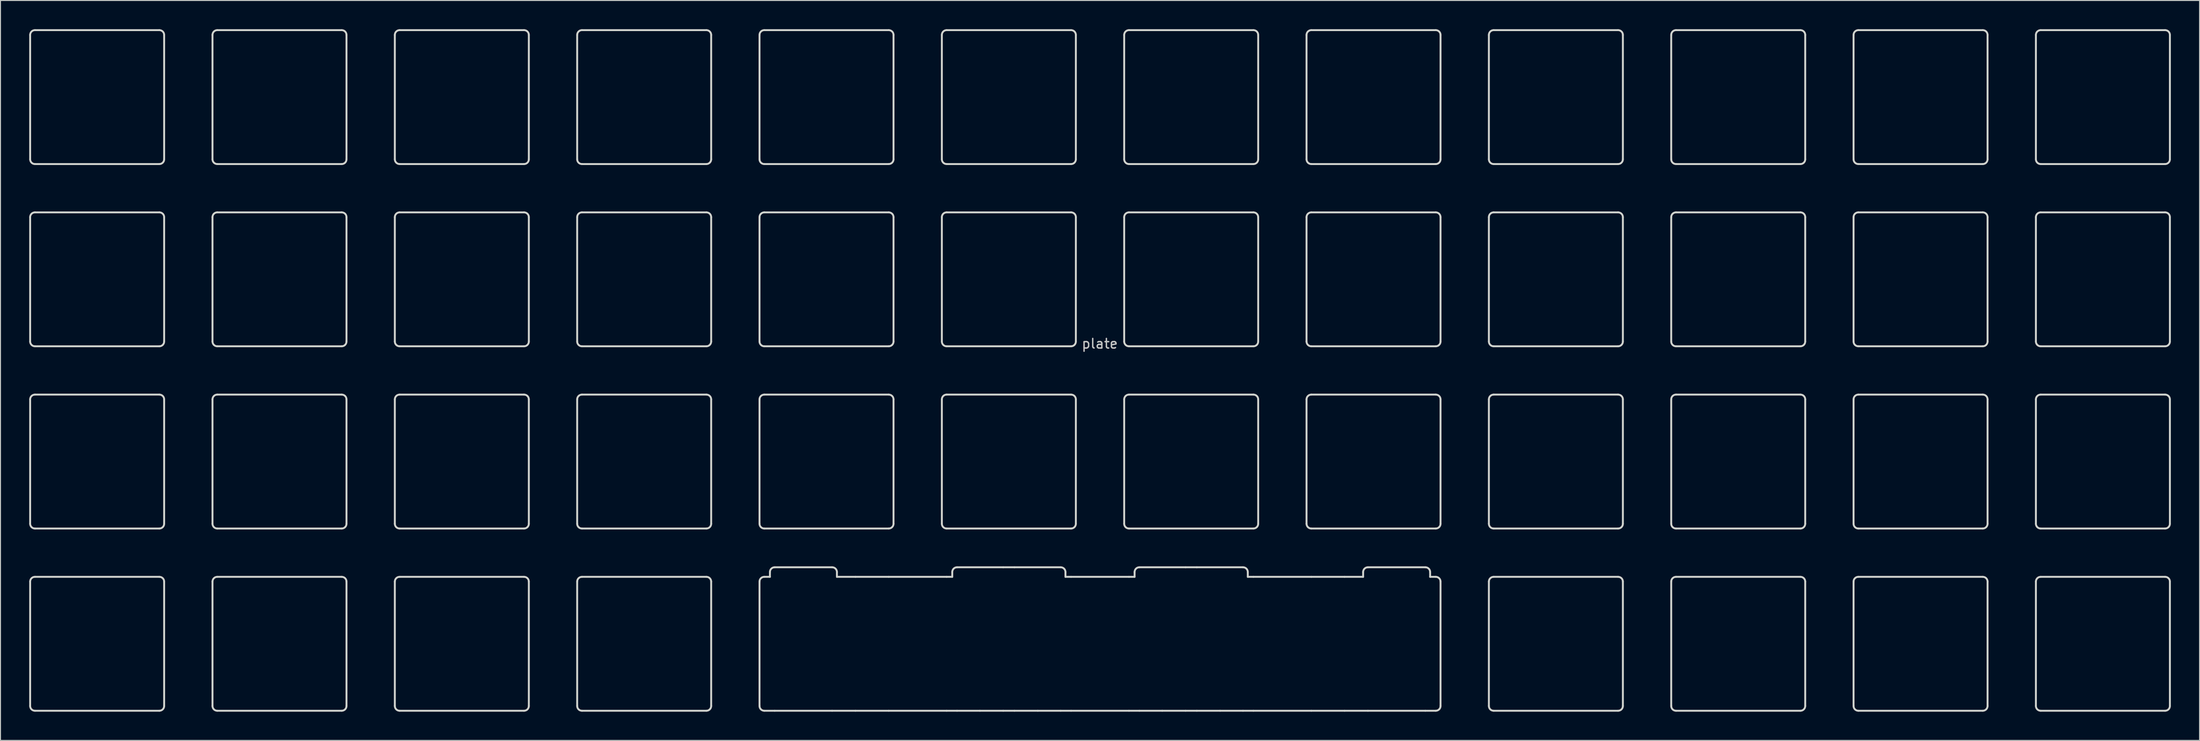
<source format=kicad_pcb>
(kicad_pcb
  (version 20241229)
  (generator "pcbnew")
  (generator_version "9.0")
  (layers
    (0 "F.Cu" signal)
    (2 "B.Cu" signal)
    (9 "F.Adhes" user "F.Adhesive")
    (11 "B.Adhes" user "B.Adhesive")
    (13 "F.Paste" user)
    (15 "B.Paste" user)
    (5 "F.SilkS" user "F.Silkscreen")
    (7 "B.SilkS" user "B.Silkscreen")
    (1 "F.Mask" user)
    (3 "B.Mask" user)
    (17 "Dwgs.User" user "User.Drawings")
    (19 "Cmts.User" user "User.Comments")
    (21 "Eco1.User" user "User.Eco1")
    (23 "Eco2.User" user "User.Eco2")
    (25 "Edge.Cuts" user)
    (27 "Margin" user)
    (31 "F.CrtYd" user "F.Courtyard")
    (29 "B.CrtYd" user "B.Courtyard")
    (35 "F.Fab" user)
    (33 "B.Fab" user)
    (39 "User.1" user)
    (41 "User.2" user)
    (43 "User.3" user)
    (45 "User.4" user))
  (footprint "plate"
    (layer "F.Cu")
    (at 111.85 35.67)
    (property "Reference" "plate" (at 0 -2.794 0) (layer "Dwgs.User") (effects (font (size 1 1) (thickness 0.15))))
    (attr through_hole)
    (fp_line (start -111.75 -35.07) (end -111.75 -22.07) (stroke (width 0.2) (type solid)) (layer "Edge.Cuts"))
    (fp_line (start -111.75 -16.02) (end -111.75 -3.02) (stroke (width 0.2) (type solid)) (layer "Edge.Cuts"))
    (fp_line (start -111.75 3.03) (end -111.75 16.03) (stroke (width 0.2) (type solid)) (layer "Edge.Cuts"))
    (fp_line (start -111.75 22.08) (end -111.75 35.08) (stroke (width 0.2) (type solid)) (layer "Edge.Cuts"))
    (fp_line (start -111.25 -21.57) (end -98.25 -21.57) (stroke (width 0.2) (type solid)) (layer "Edge.Cuts"))
    (fp_line (start -111.25 -2.52) (end -98.25 -2.52) (stroke (width 0.2) (type solid)) (layer "Edge.Cuts"))
    (fp_line (start -111.25 16.53) (end -98.25 16.53) (stroke (width 0.2) (type solid)) (layer "Edge.Cuts"))
    (fp_line (start -111.25 35.58) (end -98.25 35.58) (stroke (width 0.2) (type solid)) (layer "Edge.Cuts"))
    (fp_line (start -98.25 -35.57) (end -111.25 -35.57) (stroke (width 0.2) (type solid)) (layer "Edge.Cuts"))
    (fp_line (start -98.25 -16.52) (end -111.25 -16.52) (stroke (width 0.2) (type solid)) (layer "Edge.Cuts"))
    (fp_line (start -98.25 2.53) (end -111.25 2.53) (stroke (width 0.2) (type solid)) (layer "Edge.Cuts"))
    (fp_line (start -98.25 21.58) (end -111.25 21.58) (stroke (width 0.2) (type solid)) (layer "Edge.Cuts"))
    (fp_line (start -97.75 -22.07) (end -97.75 -35.07) (stroke (width 0.2) (type solid)) (layer "Edge.Cuts"))
    (fp_line (start -97.75 -3.02) (end -97.75 -16.02) (stroke (width 0.2) (type solid)) (layer "Edge.Cuts"))
    (fp_line (start -97.75 16.03) (end -97.75 3.03) (stroke (width 0.2) (type solid)) (layer "Edge.Cuts"))
    (fp_line (start -97.75 35.08) (end -97.75 22.08) (stroke (width 0.2) (type solid)) (layer "Edge.Cuts"))
    (fp_line (start -92.7 -35.07) (end -92.7 -22.07) (stroke (width 0.2) (type solid)) (layer "Edge.Cuts"))
    (fp_line (start -92.7 -16.02) (end -92.7 -3.02) (stroke (width 0.2) (type solid)) (layer "Edge.Cuts"))
    (fp_line (start -92.7 3.03) (end -92.7 16.03) (stroke (width 0.2) (type solid)) (layer "Edge.Cuts"))
    (fp_line (start -92.7 22.08) (end -92.7 35.08) (stroke (width 0.2) (type solid)) (layer "Edge.Cuts"))
    (fp_line (start -92.2 -21.57) (end -79.2 -21.57) (stroke (width 0.2) (type solid)) (layer "Edge.Cuts"))
    (fp_line (start -92.2 -2.52) (end -79.2 -2.52) (stroke (width 0.2) (type solid)) (layer "Edge.Cuts"))
    (fp_line (start -92.2 16.53) (end -79.2 16.53) (stroke (width 0.2) (type solid)) (layer "Edge.Cuts"))
    (fp_line (start -92.2 35.58) (end -79.2 35.58) (stroke (width 0.2) (type solid)) (layer "Edge.Cuts"))
    (fp_line (start -79.2 -35.57) (end -92.2 -35.57) (stroke (width 0.2) (type solid)) (layer "Edge.Cuts"))
    (fp_line (start -79.2 -16.52) (end -92.2 -16.52) (stroke (width 0.2) (type solid)) (layer "Edge.Cuts"))
    (fp_line (start -79.2 2.53) (end -92.2 2.53) (stroke (width 0.2) (type solid)) (layer "Edge.Cuts"))
    (fp_line (start -79.2 21.58) (end -92.2 21.58) (stroke (width 0.2) (type solid)) (layer "Edge.Cuts"))
    (fp_line (start -78.7 -22.07) (end -78.7 -35.07) (stroke (width 0.2) (type solid)) (layer "Edge.Cuts"))
    (fp_line (start -78.7 -3.02) (end -78.7 -16.02) (stroke (width 0.2) (type solid)) (layer "Edge.Cuts"))
    (fp_line (start -78.7 16.03) (end -78.7 3.03) (stroke (width 0.2) (type solid)) (layer "Edge.Cuts"))
    (fp_line (start -78.7 35.08) (end -78.7 22.08) (stroke (width 0.2) (type solid)) (layer "Edge.Cuts"))
    (fp_line (start -73.65 -35.07) (end -73.65 -22.07) (stroke (width 0.2) (type solid)) (layer "Edge.Cuts"))
    (fp_line (start -73.65 -16.02) (end -73.65 -3.02) (stroke (width 0.2) (type solid)) (layer "Edge.Cuts"))
    (fp_line (start -73.65 3.03) (end -73.65 16.03) (stroke (width 0.2) (type solid)) (layer "Edge.Cuts"))
    (fp_line (start -73.65 22.08) (end -73.65 35.08) (stroke (width 0.2) (type solid)) (layer "Edge.Cuts"))
    (fp_line (start -73.15 -21.57) (end -60.15 -21.57) (stroke (width 0.2) (type solid)) (layer "Edge.Cuts"))
    (fp_line (start -73.15 -2.52) (end -60.15 -2.52) (stroke (width 0.2) (type solid)) (layer "Edge.Cuts"))
    (fp_line (start -73.15 16.53) (end -60.15 16.53) (stroke (width 0.2) (type solid)) (layer "Edge.Cuts"))
    (fp_line (start -73.15 35.58) (end -60.15 35.58) (stroke (width 0.2) (type solid)) (layer "Edge.Cuts"))
    (fp_line (start -60.15 -35.57) (end -73.15 -35.57) (stroke (width 0.2) (type solid)) (layer "Edge.Cuts"))
    (fp_line (start -60.15 -16.52) (end -73.15 -16.52) (stroke (width 0.2) (type solid)) (layer "Edge.Cuts"))
    (fp_line (start -60.15 2.53) (end -73.15 2.53) (stroke (width 0.2) (type solid)) (layer "Edge.Cuts"))
    (fp_line (start -60.15 21.58) (end -73.15 21.58) (stroke (width 0.2) (type solid)) (layer "Edge.Cuts"))
    (fp_line (start -59.65 -22.07) (end -59.65 -35.07) (stroke (width 0.2) (type solid)) (layer "Edge.Cuts"))
    (fp_line (start -59.65 -3.02) (end -59.65 -16.02) (stroke (width 0.2) (type solid)) (layer "Edge.Cuts"))
    (fp_line (start -59.65 16.03) (end -59.65 3.03) (stroke (width 0.2) (type solid)) (layer "Edge.Cuts"))
    (fp_line (start -59.65 35.08) (end -59.65 22.08) (stroke (width 0.2) (type solid)) (layer "Edge.Cuts"))
    (fp_line (start -54.6 -35.07) (end -54.6 -22.07) (stroke (width 0.2) (type solid)) (layer "Edge.Cuts"))
    (fp_line (start -54.6 -16.02) (end -54.6 -3.02) (stroke (width 0.2) (type solid)) (layer "Edge.Cuts"))
    (fp_line (start -54.6 3.03) (end -54.6 16.03) (stroke (width 0.2) (type solid)) (layer "Edge.Cuts"))
    (fp_line (start -54.6 22.08) (end -54.6 35.08) (stroke (width 0.2) (type solid)) (layer "Edge.Cuts"))
    (fp_line (start -54.1 -21.57) (end -41.1 -21.57) (stroke (width 0.2) (type solid)) (layer "Edge.Cuts"))
    (fp_line (start -54.1 -2.52) (end -41.1 -2.52) (stroke (width 0.2) (type solid)) (layer "Edge.Cuts"))
    (fp_line (start -54.1 16.53) (end -41.1 16.53) (stroke (width 0.2) (type solid)) (layer "Edge.Cuts"))
    (fp_line (start -54.1 35.58) (end -41.1 35.58) (stroke (width 0.2) (type solid)) (layer "Edge.Cuts"))
    (fp_line (start -41.1 -35.57) (end -54.1 -35.57) (stroke (width 0.2) (type solid)) (layer "Edge.Cuts"))
    (fp_line (start -41.1 -16.52) (end -54.1 -16.52) (stroke (width 0.2) (type solid)) (layer "Edge.Cuts"))
    (fp_line (start -41.1 2.53) (end -54.1 2.53) (stroke (width 0.2) (type solid)) (layer "Edge.Cuts"))
    (fp_line (start -41.1 21.58) (end -54.1 21.58) (stroke (width 0.2) (type solid)) (layer "Edge.Cuts"))
    (fp_line (start -40.6 -22.07) (end -40.6 -35.07) (stroke (width 0.2) (type solid)) (layer "Edge.Cuts"))
    (fp_line (start -40.6 -3.02) (end -40.6 -16.02) (stroke (width 0.2) (type solid)) (layer "Edge.Cuts"))
    (fp_line (start -40.6 16.03) (end -40.6 3.03) (stroke (width 0.2) (type solid)) (layer "Edge.Cuts"))
    (fp_line (start -40.6 35.08) (end -40.6 22.08) (stroke (width 0.2) (type solid)) (layer "Edge.Cuts"))
    (fp_line (start -35.55 -35.07) (end -35.55 -22.07) (stroke (width 0.2) (type solid)) (layer "Edge.Cuts"))
    (fp_line (start -35.55 -16.02) (end -35.55 -3.02) (stroke (width 0.2) (type solid)) (layer "Edge.Cuts"))
    (fp_line (start -35.55 3.03) (end -35.55 16.03) (stroke (width 0.2) (type solid)) (layer "Edge.Cuts"))
    (fp_line (start -35.55 22.08) (end -35.55 35.08) (stroke (width 0.2) (type solid)) (layer "Edge.Cuts"))
    (fp_line (start -35.05 -21.57) (end -22.05 -21.57) (stroke (width 0.2) (type solid)) (layer "Edge.Cuts"))
    (fp_line (start -35.05 -2.52) (end -22.05 -2.52) (stroke (width 0.2) (type solid)) (layer "Edge.Cuts"))
    (fp_line (start -35.05 16.53) (end -22.05 16.53) (stroke (width 0.2) (type solid)) (layer "Edge.Cuts"))
    (fp_line (start -35.05 35.58) (end -33.963 35.58) (stroke (width 0.2) (type solid)) (layer "Edge.Cuts"))
    (fp_line (start -34.463 21.08) (end -34.463 21.58) (stroke (width 0.2) (type solid)) (layer "Edge.Cuts"))
    (fp_line (start -34.463 21.58) (end -35.05 21.58) (stroke (width 0.2) (type solid)) (layer "Edge.Cuts"))
    (fp_line (start -33.963 35.58) (end -27.963 35.58) (stroke (width 0.2) (type solid)) (layer "Edge.Cuts"))
    (fp_line (start -27.963 20.58) (end -33.963 20.58) (stroke (width 0.2) (type solid)) (layer "Edge.Cuts"))
    (fp_line (start -27.963 35.58) (end -25.525 35.58) (stroke (width 0.2) (type solid)) (layer "Edge.Cuts"))
    (fp_line (start -27.463 21.58) (end -27.463 21.08) (stroke (width 0.2) (type solid)) (layer "Edge.Cuts"))
    (fp_line (start -25.525 21.58) (end -27.463 21.58) (stroke (width 0.2) (type solid)) (layer "Edge.Cuts"))
    (fp_line (start -25.525 35.58) (end -22.05 35.58) (stroke (width 0.2) (type solid)) (layer "Edge.Cuts"))
    (fp_line (start -22.05 -35.57) (end -35.05 -35.57) (stroke (width 0.2) (type solid)) (layer "Edge.Cuts"))
    (fp_line (start -22.05 -16.52) (end -35.05 -16.52) (stroke (width 0.2) (type solid)) (layer "Edge.Cuts"))
    (fp_line (start -22.05 2.53) (end -35.05 2.53) (stroke (width 0.2) (type solid)) (layer "Edge.Cuts"))
    (fp_line (start -22.05 21.58) (end -25.525 21.58) (stroke (width 0.2) (type solid)) (layer "Edge.Cuts"))
    (fp_line (start -22.05 35.58) (end -16 35.58) (stroke (width 0.2) (type solid)) (layer "Edge.Cuts"))
    (fp_line (start -21.55 -22.07) (end -21.55 -35.07) (stroke (width 0.2) (type solid)) (layer "Edge.Cuts"))
    (fp_line (start -21.55 -3.02) (end -21.55 -16.02) (stroke (width 0.2) (type solid)) (layer "Edge.Cuts"))
    (fp_line (start -21.55 16.03) (end -21.55 3.03) (stroke (width 0.2) (type solid)) (layer "Edge.Cuts"))
    (fp_line (start -16.5 -35.07) (end -16.5 -22.07) (stroke (width 0.2) (type solid)) (layer "Edge.Cuts"))
    (fp_line (start -16.5 -16.02) (end -16.5 -3.02) (stroke (width 0.2) (type solid)) (layer "Edge.Cuts"))
    (fp_line (start -16.5 3.03) (end -16.5 16.03) (stroke (width 0.2) (type solid)) (layer "Edge.Cuts"))
    (fp_line (start -16 -21.57) (end -3 -21.57) (stroke (width 0.2) (type solid)) (layer "Edge.Cuts"))
    (fp_line (start -16 -2.52) (end -3 -2.52) (stroke (width 0.2) (type solid)) (layer "Edge.Cuts"))
    (fp_line (start -16 16.53) (end -3 16.53) (stroke (width 0.2) (type solid)) (layer "Edge.Cuts"))
    (fp_line (start -16 21.58) (end -22.05 21.58) (stroke (width 0.2) (type solid)) (layer "Edge.Cuts"))
    (fp_line (start -16 35.58) (end -14.913 35.58) (stroke (width 0.2) (type solid)) (layer "Edge.Cuts"))
    (fp_line (start -15.413 21.08) (end -15.413 21.58) (stroke (width 0.2) (type solid)) (layer "Edge.Cuts"))
    (fp_line (start -15.413 21.58) (end -16 21.58) (stroke (width 0.2) (type solid)) (layer "Edge.Cuts"))
    (fp_line (start -14.913 35.58) (end -12.525 35.58) (stroke (width 0.2) (type solid)) (layer "Edge.Cuts"))
    (fp_line (start -12.525 35.58) (end -10.087 35.58) (stroke (width 0.2) (type solid)) (layer "Edge.Cuts"))
    (fp_line (start -10.087 20.58) (end -14.913 20.58) (stroke (width 0.2) (type solid)) (layer "Edge.Cuts"))
    (fp_line (start -10.087 35.58) (end -8.913 35.58) (stroke (width 0.2) (type solid)) (layer "Edge.Cuts"))
    (fp_line (start -8.913 20.58) (end -10.087 20.58) (stroke (width 0.2) (type solid)) (layer "Edge.Cuts"))
    (fp_line (start -8.913 35.58) (end -6.475 35.58) (stroke (width 0.2) (type solid)) (layer "Edge.Cuts"))
    (fp_line (start -6.475 35.58) (end -4.087 35.58) (stroke (width 0.2) (type solid)) (layer "Edge.Cuts"))
    (fp_line (start -4.087 20.58) (end -8.913 20.58) (stroke (width 0.2) (type solid)) (layer "Edge.Cuts"))
    (fp_line (start -4.087 35.58) (end -3 35.58) (stroke (width 0.2) (type solid)) (layer "Edge.Cuts"))
    (fp_line (start -3.587 21.58) (end -3.587 21.08) (stroke (width 0.2) (type solid)) (layer "Edge.Cuts"))
    (fp_line (start -3 -35.57) (end -16 -35.57) (stroke (width 0.2) (type solid)) (layer "Edge.Cuts"))
    (fp_line (start -3 -16.52) (end -16 -16.52) (stroke (width 0.2) (type solid)) (layer "Edge.Cuts"))
    (fp_line (start -3 2.53) (end -16 2.53) (stroke (width 0.2) (type solid)) (layer "Edge.Cuts"))
    (fp_line (start -3 21.58) (end -3.587 21.58) (stroke (width 0.2) (type solid)) (layer "Edge.Cuts"))
    (fp_line (start -3 35.58) (end 3.05 35.58) (stroke (width 0.2) (type solid)) (layer "Edge.Cuts"))
    (fp_line (start -2.5 -22.07) (end -2.5 -35.07) (stroke (width 0.2) (type solid)) (layer "Edge.Cuts"))
    (fp_line (start -2.5 -3.02) (end -2.5 -16.02) (stroke (width 0.2) (type solid)) (layer "Edge.Cuts"))
    (fp_line (start -2.5 16.03) (end -2.5 3.03) (stroke (width 0.2) (type solid)) (layer "Edge.Cuts"))
    (fp_line (start 2.55 -35.07) (end 2.55 -22.07) (stroke (width 0.2) (type solid)) (layer "Edge.Cuts"))
    (fp_line (start 2.55 -16.02) (end 2.55 -3.02) (stroke (width 0.2) (type solid)) (layer "Edge.Cuts"))
    (fp_line (start 2.55 3.03) (end 2.55 16.03) (stroke (width 0.2) (type solid)) (layer "Edge.Cuts"))
    (fp_line (start 3.05 -21.57) (end 16.05 -21.57) (stroke (width 0.2) (type solid)) (layer "Edge.Cuts"))
    (fp_line (start 3.05 -2.52) (end 16.05 -2.52) (stroke (width 0.2) (type solid)) (layer "Edge.Cuts"))
    (fp_line (start 3.05 16.53) (end 16.05 16.53) (stroke (width 0.2) (type solid)) (layer "Edge.Cuts"))
    (fp_line (start 3.05 21.58) (end -3 21.58) (stroke (width 0.2) (type solid)) (layer "Edge.Cuts"))
    (fp_line (start 3.05 35.58) (end 4.137 35.58) (stroke (width 0.2) (type solid)) (layer "Edge.Cuts"))
    (fp_line (start 3.637 21.08) (end 3.637 21.58) (stroke (width 0.2) (type solid)) (layer "Edge.Cuts"))
    (fp_line (start 3.637 21.58) (end 3.05 21.58) (stroke (width 0.2) (type solid)) (layer "Edge.Cuts"))
    (fp_line (start 4.137 35.58) (end 6.525 35.58) (stroke (width 0.2) (type solid)) (layer "Edge.Cuts"))
    (fp_line (start 6.525 35.58) (end 8.963 35.58) (stroke (width 0.2) (type solid)) (layer "Edge.Cuts"))
    (fp_line (start 8.963 20.58) (end 4.137 20.58) (stroke (width 0.2) (type solid)) (layer "Edge.Cuts"))
    (fp_line (start 8.963 35.58) (end 10.137 35.58) (stroke (width 0.2) (type solid)) (layer "Edge.Cuts"))
    (fp_line (start 10.137 20.58) (end 8.963 20.58) (stroke (width 0.2) (type solid)) (layer "Edge.Cuts"))
    (fp_line (start 10.137 35.58) (end 12.575 35.58) (stroke (width 0.2) (type solid)) (layer "Edge.Cuts"))
    (fp_line (start 12.575 35.58) (end 14.963 35.58) (stroke (width 0.2) (type solid)) (layer "Edge.Cuts"))
    (fp_line (start 14.963 20.58) (end 10.137 20.58) (stroke (width 0.2) (type solid)) (layer "Edge.Cuts"))
    (fp_line (start 14.963 35.58) (end 16.05 35.58) (stroke (width 0.2) (type solid)) (layer "Edge.Cuts"))
    (fp_line (start 15.463 21.58) (end 15.463 21.08) (stroke (width 0.2) (type solid)) (layer "Edge.Cuts"))
    (fp_line (start 16.05 -35.57) (end 3.05 -35.57) (stroke (width 0.2) (type solid)) (layer "Edge.Cuts"))
    (fp_line (start 16.05 -16.52) (end 3.05 -16.52) (stroke (width 0.2) (type solid)) (layer "Edge.Cuts"))
    (fp_line (start 16.05 2.53) (end 3.05 2.53) (stroke (width 0.2) (type solid)) (layer "Edge.Cuts"))
    (fp_line (start 16.05 21.58) (end 15.463 21.58) (stroke (width 0.2) (type solid)) (layer "Edge.Cuts"))
    (fp_line (start 16.05 35.58) (end 22.1 35.58) (stroke (width 0.2) (type solid)) (layer "Edge.Cuts"))
    (fp_line (start 16.55 -22.07) (end 16.55 -35.07) (stroke (width 0.2) (type solid)) (layer "Edge.Cuts"))
    (fp_line (start 16.55 -3.02) (end 16.55 -16.02) (stroke (width 0.2) (type solid)) (layer "Edge.Cuts"))
    (fp_line (start 16.55 16.03) (end 16.55 3.03) (stroke (width 0.2) (type solid)) (layer "Edge.Cuts"))
    (fp_line (start 21.6 -35.07) (end 21.6 -22.07) (stroke (width 0.2) (type solid)) (layer "Edge.Cuts"))
    (fp_line (start 21.6 -16.02) (end 21.6 -3.02) (stroke (width 0.2) (type solid)) (layer "Edge.Cuts"))
    (fp_line (start 21.6 3.03) (end 21.6 16.03) (stroke (width 0.2) (type solid)) (layer "Edge.Cuts"))
    (fp_line (start 22.1 -21.57) (end 35.1 -21.57) (stroke (width 0.2) (type solid)) (layer "Edge.Cuts"))
    (fp_line (start 22.1 -2.52) (end 35.1 -2.52) (stroke (width 0.2) (type solid)) (layer "Edge.Cuts"))
    (fp_line (start 22.1 16.53) (end 35.1 16.53) (stroke (width 0.2) (type solid)) (layer "Edge.Cuts"))
    (fp_line (start 22.1 21.58) (end 16.05 21.58) (stroke (width 0.2) (type solid)) (layer "Edge.Cuts"))
    (fp_line (start 22.1 35.58) (end 25.575 35.58) (stroke (width 0.2) (type solid)) (layer "Edge.Cuts"))
    (fp_line (start 25.575 21.58) (end 22.1 21.58) (stroke (width 0.2) (type solid)) (layer "Edge.Cuts"))
    (fp_line (start 25.575 35.58) (end 28.013 35.58) (stroke (width 0.2) (type solid)) (layer "Edge.Cuts"))
    (fp_line (start 27.513 21.08) (end 27.513 21.58) (stroke (width 0.2) (type solid)) (layer "Edge.Cuts"))
    (fp_line (start 27.513 21.58) (end 25.575 21.58) (stroke (width 0.2) (type solid)) (layer "Edge.Cuts"))
    (fp_line (start 28.013 35.58) (end 34.013 35.58) (stroke (width 0.2) (type solid)) (layer "Edge.Cuts"))
    (fp_line (start 34.013 20.58) (end 28.013 20.58) (stroke (width 0.2) (type solid)) (layer "Edge.Cuts"))
    (fp_line (start 34.013 35.58) (end 35.1 35.58) (stroke (width 0.2) (type solid)) (layer "Edge.Cuts"))
    (fp_line (start 34.513 21.58) (end 34.513 21.08) (stroke (width 0.2) (type solid)) (layer "Edge.Cuts"))
    (fp_line (start 35.1 -35.57) (end 22.1 -35.57) (stroke (width 0.2) (type solid)) (layer "Edge.Cuts"))
    (fp_line (start 35.1 -16.52) (end 22.1 -16.52) (stroke (width 0.2) (type solid)) (layer "Edge.Cuts"))
    (fp_line (start 35.1 2.53) (end 22.1 2.53) (stroke (width 0.2) (type solid)) (layer "Edge.Cuts"))
    (fp_line (start 35.1 21.58) (end 34.513 21.58) (stroke (width 0.2) (type solid)) (layer "Edge.Cuts"))
    (fp_line (start 35.6 -22.07) (end 35.6 -35.07) (stroke (width 0.2) (type solid)) (layer "Edge.Cuts"))
    (fp_line (start 35.6 -3.02) (end 35.6 -16.02) (stroke (width 0.2) (type solid)) (layer "Edge.Cuts"))
    (fp_line (start 35.6 16.03) (end 35.6 3.03) (stroke (width 0.2) (type solid)) (layer "Edge.Cuts"))
    (fp_line (start 35.6 35.08) (end 35.6 22.08) (stroke (width 0.2) (type solid)) (layer "Edge.Cuts"))
    (fp_line (start 40.65 -35.07) (end 40.65 -22.07) (stroke (width 0.2) (type solid)) (layer "Edge.Cuts"))
    (fp_line (start 40.65 -16.02) (end 40.65 -3.02) (stroke (width 0.2) (type solid)) (layer "Edge.Cuts"))
    (fp_line (start 40.65 3.03) (end 40.65 16.03) (stroke (width 0.2) (type solid)) (layer "Edge.Cuts"))
    (fp_line (start 40.65 22.08) (end 40.65 35.08) (stroke (width 0.2) (type solid)) (layer "Edge.Cuts"))
    (fp_line (start 41.15 -21.57) (end 54.15 -21.57) (stroke (width 0.2) (type solid)) (layer "Edge.Cuts"))
    (fp_line (start 41.15 -2.52) (end 54.15 -2.52) (stroke (width 0.2) (type solid)) (layer "Edge.Cuts"))
    (fp_line (start 41.15 16.53) (end 54.15 16.53) (stroke (width 0.2) (type solid)) (layer "Edge.Cuts"))
    (fp_line (start 41.15 35.58) (end 54.15 35.58) (stroke (width 0.2) (type solid)) (layer "Edge.Cuts"))
    (fp_line (start 54.15 -35.57) (end 41.15 -35.57) (stroke (width 0.2) (type solid)) (layer "Edge.Cuts"))
    (fp_line (start 54.15 -16.52) (end 41.15 -16.52) (stroke (width 0.2) (type solid)) (layer "Edge.Cuts"))
    (fp_line (start 54.15 2.53) (end 41.15 2.53) (stroke (width 0.2) (type solid)) (layer "Edge.Cuts"))
    (fp_line (start 54.15 21.58) (end 41.15 21.58) (stroke (width 0.2) (type solid)) (layer "Edge.Cuts"))
    (fp_line (start 54.65 -22.07) (end 54.65 -35.07) (stroke (width 0.2) (type solid)) (layer "Edge.Cuts"))
    (fp_line (start 54.65 -3.02) (end 54.65 -16.02) (stroke (width 0.2) (type solid)) (layer "Edge.Cuts"))
    (fp_line (start 54.65 16.03) (end 54.65 3.03) (stroke (width 0.2) (type solid)) (layer "Edge.Cuts"))
    (fp_line (start 54.65 35.08) (end 54.65 22.08) (stroke (width 0.2) (type solid)) (layer "Edge.Cuts"))
    (fp_line (start 59.7 -35.07) (end 59.7 -22.07) (stroke (width 0.2) (type solid)) (layer "Edge.Cuts"))
    (fp_line (start 59.7 -16.02) (end 59.7 -3.02) (stroke (width 0.2) (type solid)) (layer "Edge.Cuts"))
    (fp_line (start 59.7 3.03) (end 59.7 16.03) (stroke (width 0.2) (type solid)) (layer "Edge.Cuts"))
    (fp_line (start 59.7 22.08) (end 59.7 35.08) (stroke (width 0.2) (type solid)) (layer "Edge.Cuts"))
    (fp_line (start 60.2 -21.57) (end 73.2 -21.57) (stroke (width 0.2) (type solid)) (layer "Edge.Cuts"))
    (fp_line (start 60.2 -2.52) (end 73.2 -2.52) (stroke (width 0.2) (type solid)) (layer "Edge.Cuts"))
    (fp_line (start 60.2 16.53) (end 73.2 16.53) (stroke (width 0.2) (type solid)) (layer "Edge.Cuts"))
    (fp_line (start 60.2 35.58) (end 73.2 35.58) (stroke (width 0.2) (type solid)) (layer "Edge.Cuts"))
    (fp_line (start 73.2 -35.57) (end 60.2 -35.57) (stroke (width 0.2) (type solid)) (layer "Edge.Cuts"))
    (fp_line (start 73.2 -16.52) (end 60.2 -16.52) (stroke (width 0.2) (type solid)) (layer "Edge.Cuts"))
    (fp_line (start 73.2 2.53) (end 60.2 2.53) (stroke (width 0.2) (type solid)) (layer "Edge.Cuts"))
    (fp_line (start 73.2 21.58) (end 60.2 21.58) (stroke (width 0.2) (type solid)) (layer "Edge.Cuts"))
    (fp_line (start 73.7 -22.07) (end 73.7 -35.07) (stroke (width 0.2) (type solid)) (layer "Edge.Cuts"))
    (fp_line (start 73.7 -3.02) (end 73.7 -16.02) (stroke (width 0.2) (type solid)) (layer "Edge.Cuts"))
    (fp_line (start 73.7 16.03) (end 73.7 3.03) (stroke (width 0.2) (type solid)) (layer "Edge.Cuts"))
    (fp_line (start 73.7 35.08) (end 73.7 22.08) (stroke (width 0.2) (type solid)) (layer "Edge.Cuts"))
    (fp_line (start 78.75 -35.07) (end 78.75 -22.07) (stroke (width 0.2) (type solid)) (layer "Edge.Cuts"))
    (fp_line (start 78.75 -16.02) (end 78.75 -3.02) (stroke (width 0.2) (type solid)) (layer "Edge.Cuts"))
    (fp_line (start 78.75 3.03) (end 78.75 16.03) (stroke (width 0.2) (type solid)) (layer "Edge.Cuts"))
    (fp_line (start 78.75 22.08) (end 78.75 35.08) (stroke (width 0.2) (type solid)) (layer "Edge.Cuts"))
    (fp_line (start 79.25 -21.57) (end 92.25 -21.57) (stroke (width 0.2) (type solid)) (layer "Edge.Cuts"))
    (fp_line (start 79.25 -2.52) (end 92.25 -2.52) (stroke (width 0.2) (type solid)) (layer "Edge.Cuts"))
    (fp_line (start 79.25 16.53) (end 92.25 16.53) (stroke (width 0.2) (type solid)) (layer "Edge.Cuts"))
    (fp_line (start 79.25 35.58) (end 92.25 35.58) (stroke (width 0.2) (type solid)) (layer "Edge.Cuts"))
    (fp_line (start 92.25 -35.57) (end 79.25 -35.57) (stroke (width 0.2) (type solid)) (layer "Edge.Cuts"))
    (fp_line (start 92.25 -16.52) (end 79.25 -16.52) (stroke (width 0.2) (type solid)) (layer "Edge.Cuts"))
    (fp_line (start 92.25 2.53) (end 79.25 2.53) (stroke (width 0.2) (type solid)) (layer "Edge.Cuts"))
    (fp_line (start 92.25 21.58) (end 79.25 21.58) (stroke (width 0.2) (type solid)) (layer "Edge.Cuts"))
    (fp_line (start 92.75 -22.07) (end 92.75 -35.07) (stroke (width 0.2) (type solid)) (layer "Edge.Cuts"))
    (fp_line (start 92.75 -3.02) (end 92.75 -16.02) (stroke (width 0.2) (type solid)) (layer "Edge.Cuts"))
    (fp_line (start 92.75 16.03) (end 92.75 3.03) (stroke (width 0.2) (type solid)) (layer "Edge.Cuts"))
    (fp_line (start 92.75 35.08) (end 92.75 22.08) (stroke (width 0.2) (type solid)) (layer "Edge.Cuts"))
    (fp_line (start 97.8 -35.07) (end 97.8 -22.07) (stroke (width 0.2) (type solid)) (layer "Edge.Cuts"))
    (fp_line (start 97.8 -16.02) (end 97.8 -3.02) (stroke (width 0.2) (type solid)) (layer "Edge.Cuts"))
    (fp_line (start 97.8 3.03) (end 97.8 16.03) (stroke (width 0.2) (type solid)) (layer "Edge.Cuts"))
    (fp_line (start 97.8 22.08) (end 97.8 35.08) (stroke (width 0.2) (type solid)) (layer "Edge.Cuts"))
    (fp_line (start 98.3 -21.57) (end 111.3 -21.57) (stroke (width 0.2) (type solid)) (layer "Edge.Cuts"))
    (fp_line (start 98.3 -2.52) (end 111.3 -2.52) (stroke (width 0.2) (type solid)) (layer "Edge.Cuts"))
    (fp_line (start 98.3 16.53) (end 111.3 16.53) (stroke (width 0.2) (type solid)) (layer "Edge.Cuts"))
    (fp_line (start 98.3 35.58) (end 111.3 35.58) (stroke (width 0.2) (type solid)) (layer "Edge.Cuts"))
    (fp_line (start 111.3 -35.57) (end 98.3 -35.57) (stroke (width 0.2) (type solid)) (layer "Edge.Cuts"))
    (fp_line (start 111.3 -16.52) (end 98.3 -16.52) (stroke (width 0.2) (type solid)) (layer "Edge.Cuts"))
    (fp_line (start 111.3 2.53) (end 98.3 2.53) (stroke (width 0.2) (type solid)) (layer "Edge.Cuts"))
    (fp_line (start 111.3 21.58) (end 98.3 21.58) (stroke (width 0.2) (type solid)) (layer "Edge.Cuts"))
    (fp_line (start 111.8 -22.07) (end 111.8 -35.07) (stroke (width 0.2) (type solid)) (layer "Edge.Cuts"))
    (fp_line (start 111.8 -3.02) (end 111.8 -16.02) (stroke (width 0.2) (type solid)) (layer "Edge.Cuts"))
    (fp_line (start 111.8 16.03) (end 111.8 3.03) (stroke (width 0.2) (type solid)) (layer "Edge.Cuts"))
    (fp_line (start 111.8 35.08) (end 111.8 22.08) (stroke (width 0.2) (type solid)) (layer "Edge.Cuts"))
    (fp_arc (start -111.749999 -35.069999) (mid -111.603552 -35.423552) (end -111.249999 -35.569999) (stroke (width 0.2) (type solid)) (layer "Edge.Cuts"))
    (fp_arc (start -111.749999 -16.019999) (mid -111.603552 -16.373552) (end -111.249999 -16.519999) (stroke (width 0.2) (type solid)) (layer "Edge.Cuts"))
    (fp_arc (start -111.749999 3.030001) (mid -111.603552 2.676448) (end -111.249999 2.530001) (stroke (width 0.2) (type solid)) (layer "Edge.Cuts"))
    (fp_arc (start -111.749999 22.080001) (mid -111.603552 21.726448) (end -111.249999 21.580001) (stroke (width 0.2) (type solid)) (layer "Edge.Cuts"))
    (fp_arc (start -111.249999 -21.57) (mid -111.603552 -21.716447) (end -111.749999 -22.07) (stroke (width 0.2) (type solid)) (layer "Edge.Cuts"))
    (fp_arc (start -111.249999 -2.519999) (mid -111.603552 -2.666446) (end -111.749999 -3.019999) (stroke (width 0.2) (type solid)) (layer "Edge.Cuts"))
    (fp_arc (start -111.249999 16.530001) (mid -111.603552 16.383554) (end -111.749999 16.030001) (stroke (width 0.2) (type solid)) (layer "Edge.Cuts"))
    (fp_arc (start -111.249999 35.580001) (mid -111.603552 35.433554) (end -111.749999 35.080001) (stroke (width 0.2) (type solid)) (layer "Edge.Cuts"))
    (fp_arc (start -98.25 -35.569999) (mid -97.896447 -35.423552) (end -97.75 -35.069999) (stroke (width 0.2) (type solid)) (layer "Edge.Cuts"))
    (fp_arc (start -98.25 -16.519999) (mid -97.896447 -16.373552) (end -97.75 -16.019999) (stroke (width 0.2) (type solid)) (layer "Edge.Cuts"))
    (fp_arc (start -98.25 2.530001) (mid -97.896447 2.676448) (end -97.75 3.030001) (stroke (width 0.2) (type solid)) (layer "Edge.Cuts"))
    (fp_arc (start -98.25 21.580001) (mid -97.896447 21.726448) (end -97.75 22.080001) (stroke (width 0.2) (type solid)) (layer "Edge.Cuts"))
    (fp_arc (start -97.75 -22.07) (mid -97.896447 -21.716447) (end -98.25 -21.57) (stroke (width 0.2) (type solid)) (layer "Edge.Cuts"))
    (fp_arc (start -97.75 -3.019999) (mid -97.896447 -2.666446) (end -98.25 -2.519999) (stroke (width 0.2) (type solid)) (layer "Edge.Cuts"))
    (fp_arc (start -97.75 16.030001) (mid -97.896447 16.383554) (end -98.25 16.530001) (stroke (width 0.2) (type solid)) (layer "Edge.Cuts"))
    (fp_arc (start -97.75 35.080001) (mid -97.896447 35.433554) (end -98.25 35.580001) (stroke (width 0.2) (type solid)) (layer "Edge.Cuts"))
    (fp_arc (start -92.699999 -35.069999) (mid -92.553552 -35.423552) (end -92.199999 -35.569999) (stroke (width 0.2) (type solid)) (layer "Edge.Cuts"))
    (fp_arc (start -92.699999 -16.019999) (mid -92.553552 -16.373552) (end -92.199999 -16.519999) (stroke (width 0.2) (type solid)) (layer "Edge.Cuts"))
    (fp_arc (start -92.699999 3.030001) (mid -92.553552 2.676448) (end -92.199999 2.530001) (stroke (width 0.2) (type solid)) (layer "Edge.Cuts"))
    (fp_arc (start -92.699999 22.080001) (mid -92.553552 21.726448) (end -92.199999 21.580001) (stroke (width 0.2) (type solid)) (layer "Edge.Cuts"))
    (fp_arc (start -92.199999 -21.57) (mid -92.553552 -21.716447) (end -92.699999 -22.07) (stroke (width 0.2) (type solid)) (layer "Edge.Cuts"))
    (fp_arc (start -92.199999 -2.519999) (mid -92.553552 -2.666446) (end -92.699999 -3.019999) (stroke (width 0.2) (type solid)) (layer "Edge.Cuts"))
    (fp_arc (start -92.199999 16.530001) (mid -92.553552 16.383554) (end -92.699999 16.030001) (stroke (width 0.2) (type solid)) (layer "Edge.Cuts"))
    (fp_arc (start -92.199999 35.580001) (mid -92.553552 35.433554) (end -92.699999 35.080001) (stroke (width 0.2) (type solid)) (layer "Edge.Cuts"))
    (fp_arc (start -79.199999 -35.569999) (mid -78.846446 -35.423552) (end -78.699999 -35.069999) (stroke (width 0.2) (type solid)) (layer "Edge.Cuts"))
    (fp_arc (start -79.199999 -16.519999) (mid -78.846446 -16.373552) (end -78.699999 -16.019999) (stroke (width 0.2) (type solid)) (layer "Edge.Cuts"))
    (fp_arc (start -79.199999 2.530001) (mid -78.846446 2.676448) (end -78.699999 3.030001) (stroke (width 0.2) (type solid)) (layer "Edge.Cuts"))
    (fp_arc (start -79.199999 21.580001) (mid -78.846446 21.726448) (end -78.699999 22.080001) (stroke (width 0.2) (type solid)) (layer "Edge.Cuts"))
    (fp_arc (start -78.699999 -22.07) (mid -78.846446 -21.716447) (end -79.199999 -21.57) (stroke (width 0.2) (type solid)) (layer "Edge.Cuts"))
    (fp_arc (start -78.699999 -3.019999) (mid -78.846446 -2.666446) (end -79.199999 -2.519999) (stroke (width 0.2) (type solid)) (layer "Edge.Cuts"))
    (fp_arc (start -78.699999 16.030001) (mid -78.846446 16.383554) (end -79.199999 16.530001) (stroke (width 0.2) (type solid)) (layer "Edge.Cuts"))
    (fp_arc (start -78.699999 35.080001) (mid -78.846446 35.433554) (end -79.199999 35.580001) (stroke (width 0.2) (type solid)) (layer "Edge.Cuts"))
    (fp_arc (start -73.649999 -35.069999) (mid -73.503552 -35.423552) (end -73.149999 -35.569999) (stroke (width 0.2) (type solid)) (layer "Edge.Cuts"))
    (fp_arc (start -73.649999 -16.019999) (mid -73.503552 -16.373552) (end -73.149999 -16.519999) (stroke (width 0.2) (type solid)) (layer "Edge.Cuts"))
    (fp_arc (start -73.649999 3.030001) (mid -73.503552 2.676448) (end -73.149999 2.530001) (stroke (width 0.2) (type solid)) (layer "Edge.Cuts"))
    (fp_arc (start -73.649999 22.080001) (mid -73.503552 21.726448) (end -73.149999 21.580001) (stroke (width 0.2) (type solid)) (layer "Edge.Cuts"))
    (fp_arc (start -73.149999 -21.57) (mid -73.503552 -21.716447) (end -73.649999 -22.07) (stroke (width 0.2) (type solid)) (layer "Edge.Cuts"))
    (fp_arc (start -73.149999 -2.519999) (mid -73.503552 -2.666446) (end -73.649999 -3.019999) (stroke (width 0.2) (type solid)) (layer "Edge.Cuts"))
    (fp_arc (start -73.149999 16.530001) (mid -73.503552 16.383554) (end -73.649999 16.030001) (stroke (width 0.2) (type solid)) (layer "Edge.Cuts"))
    (fp_arc (start -73.149999 35.580001) (mid -73.503552 35.433554) (end -73.649999 35.080001) (stroke (width 0.2) (type solid)) (layer "Edge.Cuts"))
    (fp_arc (start -60.149999 -35.569999) (mid -59.796446 -35.423552) (end -59.649999 -35.069999) (stroke (width 0.2) (type solid)) (layer "Edge.Cuts"))
    (fp_arc (start -60.149999 -16.519999) (mid -59.796446 -16.373552) (end -59.649999 -16.019999) (stroke (width 0.2) (type solid)) (layer "Edge.Cuts"))
    (fp_arc (start -60.149999 2.530001) (mid -59.796446 2.676448) (end -59.649999 3.030001) (stroke (width 0.2) (type solid)) (layer "Edge.Cuts"))
    (fp_arc (start -60.149999 21.580001) (mid -59.796446 21.726448) (end -59.649999 22.080001) (stroke (width 0.2) (type solid)) (layer "Edge.Cuts"))
    (fp_arc (start -59.649999 -22.07) (mid -59.796446 -21.716447) (end -60.149999 -21.57) (stroke (width 0.2) (type solid)) (layer "Edge.Cuts"))
    (fp_arc (start -59.649999 -3.019999) (mid -59.796446 -2.666446) (end -60.149999 -2.519999) (stroke (width 0.2) (type solid)) (layer "Edge.Cuts"))
    (fp_arc (start -59.649999 16.030001) (mid -59.796446 16.383554) (end -60.149999 16.530001) (stroke (width 0.2) (type solid)) (layer "Edge.Cuts"))
    (fp_arc (start -59.649999 35.080001) (mid -59.796446 35.433554) (end -60.149999 35.580001) (stroke (width 0.2) (type solid)) (layer "Edge.Cuts"))
    (fp_arc (start -54.599999 -35.069999) (mid -54.453552 -35.423552) (end -54.099999 -35.569999) (stroke (width 0.2) (type solid)) (layer "Edge.Cuts"))
    (fp_arc (start -54.599999 -16.019999) (mid -54.453552 -16.373552) (end -54.099999 -16.519999) (stroke (width 0.2) (type solid)) (layer "Edge.Cuts"))
    (fp_arc (start -54.599999 3.030001) (mid -54.453552 2.676448) (end -54.099999 2.530001) (stroke (width 0.2) (type solid)) (layer "Edge.Cuts"))
    (fp_arc (start -54.599999 22.080001) (mid -54.453552 21.726448) (end -54.099999 21.580001) (stroke (width 0.2) (type solid)) (layer "Edge.Cuts"))
    (fp_arc (start -54.099999 -21.57) (mid -54.453552 -21.716447) (end -54.599999 -22.07) (stroke (width 0.2) (type solid)) (layer "Edge.Cuts"))
    (fp_arc (start -54.099999 -2.519999) (mid -54.453552 -2.666446) (end -54.599999 -3.019999) (stroke (width 0.2) (type solid)) (layer "Edge.Cuts"))
    (fp_arc (start -54.099999 16.530001) (mid -54.453552 16.383554) (end -54.599999 16.030001) (stroke (width 0.2) (type solid)) (layer "Edge.Cuts"))
    (fp_arc (start -54.099999 35.580001) (mid -54.453552 35.433554) (end -54.599999 35.080001) (stroke (width 0.2) (type solid)) (layer "Edge.Cuts"))
    (fp_arc (start -41.099999 -35.569999) (mid -40.746446 -35.423552) (end -40.599999 -35.069999) (stroke (width 0.2) (type solid)) (layer "Edge.Cuts"))
    (fp_arc (start -41.099999 -16.519999) (mid -40.746446 -16.373552) (end -40.599999 -16.019999) (stroke (width 0.2) (type solid)) (layer "Edge.Cuts"))
    (fp_arc (start -41.099999 2.530001) (mid -40.746446 2.676448) (end -40.599999 3.030001) (stroke (width 0.2) (type solid)) (layer "Edge.Cuts"))
    (fp_arc (start -41.099999 21.580001) (mid -40.746446 21.726448) (end -40.599999 22.080001) (stroke (width 0.2) (type solid)) (layer "Edge.Cuts"))
    (fp_arc (start -40.599999 -22.07) (mid -40.746446 -21.716447) (end -41.099999 -21.57) (stroke (width 0.2) (type solid)) (layer "Edge.Cuts"))
    (fp_arc (start -40.599999 -3.019999) (mid -40.746446 -2.666446) (end -41.099999 -2.519999) (stroke (width 0.2) (type solid)) (layer "Edge.Cuts"))
    (fp_arc (start -40.599999 16.030001) (mid -40.746446 16.383554) (end -41.099999 16.530001) (stroke (width 0.2) (type solid)) (layer "Edge.Cuts"))
    (fp_arc (start -40.599999 35.080001) (mid -40.746446 35.433554) (end -41.099999 35.580001) (stroke (width 0.2) (type solid)) (layer "Edge.Cuts"))
    (fp_arc (start -35.549999 -35.069999) (mid -35.403552 -35.423552) (end -35.049999 -35.569999) (stroke (width 0.2) (type solid)) (layer "Edge.Cuts"))
    (fp_arc (start -35.549999 -16.019999) (mid -35.403552 -16.373552) (end -35.049999 -16.519999) (stroke (width 0.2) (type solid)) (layer "Edge.Cuts"))
    (fp_arc (start -35.549999 3.030001) (mid -35.403552 2.676448) (end -35.049999 2.530001) (stroke (width 0.2) (type solid)) (layer "Edge.Cuts"))
    (fp_arc (start -35.549999 22.080001) (mid -35.403552 21.726448) (end -35.049999 21.580001) (stroke (width 0.2) (type solid)) (layer "Edge.Cuts"))
    (fp_arc (start -35.049999 -21.57) (mid -35.403552 -21.716447) (end -35.549999 -22.07) (stroke (width 0.2) (type solid)) (layer "Edge.Cuts"))
    (fp_arc (start -35.049999 -2.519999) (mid -35.403552 -2.666446) (end -35.549999 -3.019999) (stroke (width 0.2) (type solid)) (layer "Edge.Cuts"))
    (fp_arc (start -35.049999 16.530001) (mid -35.403552 16.383554) (end -35.549999 16.030001) (stroke (width 0.2) (type solid)) (layer "Edge.Cuts"))
    (fp_arc (start -35.049999 35.580001) (mid -35.403552 35.433554) (end -35.549999 35.080001) (stroke (width 0.2) (type solid)) (layer "Edge.Cuts"))
    (fp_arc (start -34.462999 21.080001) (mid -34.316552 20.726448) (end -33.962999 20.580001) (stroke (width 0.2) (type solid)) (layer "Edge.Cuts"))
    (fp_arc (start -27.962999 20.580001) (mid -27.609446 20.726448) (end -27.462999 21.080001) (stroke (width 0.2) (type solid)) (layer "Edge.Cuts"))
    (fp_arc (start -22.049999 -35.569999) (mid -21.696446 -35.423552) (end -21.549999 -35.069999) (stroke (width 0.2) (type solid)) (layer "Edge.Cuts"))
    (fp_arc (start -22.049999 -16.519999) (mid -21.696446 -16.373552) (end -21.549999 -16.019999) (stroke (width 0.2) (type solid)) (layer "Edge.Cuts"))
    (fp_arc (start -22.049999 2.530001) (mid -21.696446 2.676448) (end -21.549999 3.030001) (stroke (width 0.2) (type solid)) (layer "Edge.Cuts"))
    (fp_arc (start -21.549999 -22.07) (mid -21.696446 -21.716447) (end -22.049999 -21.57) (stroke (width 0.2) (type solid)) (layer "Edge.Cuts"))
    (fp_arc (start -21.549999 -3.019999) (mid -21.696446 -2.666446) (end -22.049999 -2.519999) (stroke (width 0.2) (type solid)) (layer "Edge.Cuts"))
    (fp_arc (start -21.549999 16.030001) (mid -21.696446 16.383554) (end -22.049999 16.530001) (stroke (width 0.2) (type solid)) (layer "Edge.Cuts"))
    (fp_arc (start -16.499999 -35.069999) (mid -16.353552 -35.423552) (end -15.999999 -35.569999) (stroke (width 0.2) (type solid)) (layer "Edge.Cuts"))
    (fp_arc (start -16.499999 -16.019999) (mid -16.353552 -16.373552) (end -15.999999 -16.519999) (stroke (width 0.2) (type solid)) (layer "Edge.Cuts"))
    (fp_arc (start -16.499999 3.030001) (mid -16.353552 2.676448) (end -15.999999 2.530001) (stroke (width 0.2) (type solid)) (layer "Edge.Cuts"))
    (fp_arc (start -15.999999 -21.57) (mid -16.353552 -21.716447) (end -16.499999 -22.07) (stroke (width 0.2) (type solid)) (layer "Edge.Cuts"))
    (fp_arc (start -15.999999 -2.519999) (mid -16.353552 -2.666446) (end -16.499999 -3.019999) (stroke (width 0.2) (type solid)) (layer "Edge.Cuts"))
    (fp_arc (start -15.999999 16.530001) (mid -16.353552 16.383554) (end -16.499999 16.030001) (stroke (width 0.2) (type solid)) (layer "Edge.Cuts"))
    (fp_arc (start -15.412999 21.080001) (mid -15.266552 20.726448) (end -14.912999 20.580001) (stroke (width 0.2) (type solid)) (layer "Edge.Cuts"))
    (fp_arc (start -4.086999 20.580001) (mid -3.733446 20.726448) (end -3.586999 21.080001) (stroke (width 0.2) (type solid)) (layer "Edge.Cuts"))
    (fp_arc (start -2.999999 -35.569999) (mid -2.646446 -35.423552) (end -2.499999 -35.069999) (stroke (width 0.2) (type solid)) (layer "Edge.Cuts"))
    (fp_arc (start -2.999999 -16.519999) (mid -2.646446 -16.373552) (end -2.499999 -16.019999) (stroke (width 0.2) (type solid)) (layer "Edge.Cuts"))
    (fp_arc (start -2.999999 2.530001) (mid -2.646446 2.676448) (end -2.499999 3.030001) (stroke (width 0.2) (type solid)) (layer "Edge.Cuts"))
    (fp_arc (start -2.499999 -22.07) (mid -2.646446 -21.716447) (end -2.999999 -21.57) (stroke (width 0.2) (type solid)) (layer "Edge.Cuts"))
    (fp_arc (start -2.499999 -3.019999) (mid -2.646446 -2.666446) (end -2.999999 -2.519999) (stroke (width 0.2) (type solid)) (layer "Edge.Cuts"))
    (fp_arc (start -2.499999 16.030001) (mid -2.646446 16.383554) (end -2.999999 16.530001) (stroke (width 0.2) (type solid)) (layer "Edge.Cuts"))
    (fp_arc (start 2.550001 -35.069999) (mid 2.696448 -35.423552) (end 3.050001 -35.569999) (stroke (width 0.2) (type solid)) (layer "Edge.Cuts"))
    (fp_arc (start 2.550001 -16.019999) (mid 2.696448 -16.373552) (end 3.050001 -16.519999) (stroke (width 0.2) (type solid)) (layer "Edge.Cuts"))
    (fp_arc (start 2.550001 3.030001) (mid 2.696448 2.676448) (end 3.050001 2.530001) (stroke (width 0.2) (type solid)) (layer "Edge.Cuts"))
    (fp_arc (start 3.050001 -21.57) (mid 2.696448 -21.716447) (end 2.550001 -22.07) (stroke (width 0.2) (type solid)) (layer "Edge.Cuts"))
    (fp_arc (start 3.050001 -2.519999) (mid 2.696448 -2.666446) (end 2.550001 -3.019999) (stroke (width 0.2) (type solid)) (layer "Edge.Cuts"))
    (fp_arc (start 3.050001 16.530001) (mid 2.696448 16.383554) (end 2.550001 16.030001) (stroke (width 0.2) (type solid)) (layer "Edge.Cuts"))
    (fp_arc (start 3.637001 21.080001) (mid 3.783448 20.726448) (end 4.137001 20.580001) (stroke (width 0.2) (type solid)) (layer "Edge.Cuts"))
    (fp_arc (start 14.963001 20.580001) (mid 15.316554 20.726448) (end 15.463001 21.080001) (stroke (width 0.2) (type solid)) (layer "Edge.Cuts"))
    (fp_arc (start 16.05 -35.569999) (mid 16.403553 -35.423552) (end 16.55 -35.069999) (stroke (width 0.2) (type solid)) (layer "Edge.Cuts"))
    (fp_arc (start 16.05 -16.519999) (mid 16.403553 -16.373552) (end 16.55 -16.019999) (stroke (width 0.2) (type solid)) (layer "Edge.Cuts"))
    (fp_arc (start 16.05 2.530001) (mid 16.403553 2.676448) (end 16.55 3.030001) (stroke (width 0.2) (type solid)) (layer "Edge.Cuts"))
    (fp_arc (start 16.55 -22.07) (mid 16.403553 -21.716447) (end 16.05 -21.57) (stroke (width 0.2) (type solid)) (layer "Edge.Cuts"))
    (fp_arc (start 16.55 -3.019999) (mid 16.403553 -2.666446) (end 16.05 -2.519999) (stroke (width 0.2) (type solid)) (layer "Edge.Cuts"))
    (fp_arc (start 16.55 16.030001) (mid 16.403553 16.383554) (end 16.05 16.530001) (stroke (width 0.2) (type solid)) (layer "Edge.Cuts"))
    (fp_arc (start 21.600001 -35.069999) (mid 21.746448 -35.423552) (end 22.100001 -35.569999) (stroke (width 0.2) (type solid)) (layer "Edge.Cuts"))
    (fp_arc (start 21.600001 -16.019999) (mid 21.746448 -16.373552) (end 22.100001 -16.519999) (stroke (width 0.2) (type solid)) (layer "Edge.Cuts"))
    (fp_arc (start 21.600001 3.030001) (mid 21.746448 2.676448) (end 22.100001 2.530001) (stroke (width 0.2) (type solid)) (layer "Edge.Cuts"))
    (fp_arc (start 22.100001 -21.57) (mid 21.746448 -21.716447) (end 21.600001 -22.07) (stroke (width 0.2) (type solid)) (layer "Edge.Cuts"))
    (fp_arc (start 22.100001 -2.519999) (mid 21.746448 -2.666446) (end 21.600001 -3.019999) (stroke (width 0.2) (type solid)) (layer "Edge.Cuts"))
    (fp_arc (start 22.100001 16.530001) (mid 21.746448 16.383554) (end 21.600001 16.030001) (stroke (width 0.2) (type solid)) (layer "Edge.Cuts"))
    (fp_arc (start 27.513001 21.080001) (mid 27.659448 20.726448) (end 28.013001 20.580001) (stroke (width 0.2) (type solid)) (layer "Edge.Cuts"))
    (fp_arc (start 34.013001 20.580001) (mid 34.366554 20.726448) (end 34.513001 21.080001) (stroke (width 0.2) (type solid)) (layer "Edge.Cuts"))
    (fp_arc (start 35.100001 -35.569999) (mid 35.453554 -35.423552) (end 35.600001 -35.069999) (stroke (width 0.2) (type solid)) (layer "Edge.Cuts"))
    (fp_arc (start 35.100001 -16.519999) (mid 35.453554 -16.373552) (end 35.600001 -16.019999) (stroke (width 0.2) (type solid)) (layer "Edge.Cuts"))
    (fp_arc (start 35.100001 2.530001) (mid 35.453554 2.676448) (end 35.600001 3.030001) (stroke (width 0.2) (type solid)) (layer "Edge.Cuts"))
    (fp_arc (start 35.100001 21.580001) (mid 35.453554 21.726448) (end 35.600001 22.080001) (stroke (width 0.2) (type solid)) (layer "Edge.Cuts"))
    (fp_arc (start 35.600001 -22.07) (mid 35.453554 -21.716447) (end 35.100001 -21.57) (stroke (width 0.2) (type solid)) (layer "Edge.Cuts"))
    (fp_arc (start 35.600001 -3.019999) (mid 35.453554 -2.666446) (end 35.100001 -2.519999) (stroke (width 0.2) (type solid)) (layer "Edge.Cuts"))
    (fp_arc (start 35.600001 16.030001) (mid 35.453554 16.383554) (end 35.100001 16.530001) (stroke (width 0.2) (type solid)) (layer "Edge.Cuts"))
    (fp_arc (start 35.600001 35.080001) (mid 35.453554 35.433554) (end 35.100001 35.580001) (stroke (width 0.2) (type solid)) (layer "Edge.Cuts"))
    (fp_arc (start 40.650001 -35.069999) (mid 40.796448 -35.423552) (end 41.150001 -35.569999) (stroke (width 0.2) (type solid)) (layer "Edge.Cuts"))
    (fp_arc (start 40.650001 -16.019999) (mid 40.796448 -16.373552) (end 41.150001 -16.519999) (stroke (width 0.2) (type solid)) (layer "Edge.Cuts"))
    (fp_arc (start 40.650001 3.030001) (mid 40.796448 2.676448) (end 41.150001 2.530001) (stroke (width 0.2) (type solid)) (layer "Edge.Cuts"))
    (fp_arc (start 40.650001 22.080001) (mid 40.796448 21.726448) (end 41.150001 21.580001) (stroke (width 0.2) (type solid)) (layer "Edge.Cuts"))
    (fp_arc (start 41.150001 -21.57) (mid 40.796448 -21.716447) (end 40.650001 -22.07) (stroke (width 0.2) (type solid)) (layer "Edge.Cuts"))
    (fp_arc (start 41.150001 -2.519999) (mid 40.796448 -2.666446) (end 40.650001 -3.019999) (stroke (width 0.2) (type solid)) (layer "Edge.Cuts"))
    (fp_arc (start 41.150001 16.530001) (mid 40.796448 16.383554) (end 40.650001 16.030001) (stroke (width 0.2) (type solid)) (layer "Edge.Cuts"))
    (fp_arc (start 41.150001 35.580001) (mid 40.796448 35.433554) (end 40.650001 35.080001) (stroke (width 0.2) (type solid)) (layer "Edge.Cuts"))
    (fp_arc (start 54.150001 -35.569999) (mid 54.503554 -35.423552) (end 54.650001 -35.069999) (stroke (width 0.2) (type solid)) (layer "Edge.Cuts"))
    (fp_arc (start 54.150001 -16.519999) (mid 54.503554 -16.373552) (end 54.650001 -16.019999) (stroke (width 0.2) (type solid)) (layer "Edge.Cuts"))
    (fp_arc (start 54.150001 2.530001) (mid 54.503554 2.676448) (end 54.650001 3.030001) (stroke (width 0.2) (type solid)) (layer "Edge.Cuts"))
    (fp_arc (start 54.150001 21.580001) (mid 54.503554 21.726448) (end 54.650001 22.080001) (stroke (width 0.2) (type solid)) (layer "Edge.Cuts"))
    (fp_arc (start 54.650001 -22.07) (mid 54.503554 -21.716447) (end 54.150001 -21.57) (stroke (width 0.2) (type solid)) (layer "Edge.Cuts"))
    (fp_arc (start 54.650001 -3.019999) (mid 54.503554 -2.666446) (end 54.150001 -2.519999) (stroke (width 0.2) (type solid)) (layer "Edge.Cuts"))
    (fp_arc (start 54.650001 16.030001) (mid 54.503554 16.383554) (end 54.150001 16.530001) (stroke (width 0.2) (type solid)) (layer "Edge.Cuts"))
    (fp_arc (start 54.650001 35.080001) (mid 54.503554 35.433554) (end 54.150001 35.580001) (stroke (width 0.2) (type solid)) (layer "Edge.Cuts"))
    (fp_arc (start 59.700001 -35.069999) (mid 59.846448 -35.423552) (end 60.200001 -35.569999) (stroke (width 0.2) (type solid)) (layer "Edge.Cuts"))
    (fp_arc (start 59.700001 -16.019999) (mid 59.846448 -16.373552) (end 60.200001 -16.519999) (stroke (width 0.2) (type solid)) (layer "Edge.Cuts"))
    (fp_arc (start 59.700001 3.030001) (mid 59.846448 2.676448) (end 60.200001 2.530001) (stroke (width 0.2) (type solid)) (layer "Edge.Cuts"))
    (fp_arc (start 59.700001 22.080001) (mid 59.846448 21.726448) (end 60.200001 21.580001) (stroke (width 0.2) (type solid)) (layer "Edge.Cuts"))
    (fp_arc (start 60.200001 -21.57) (mid 59.846448 -21.716447) (end 59.700001 -22.07) (stroke (width 0.2) (type solid)) (layer "Edge.Cuts"))
    (fp_arc (start 60.200001 -2.519999) (mid 59.846448 -2.666446) (end 59.700001 -3.019999) (stroke (width 0.2) (type solid)) (layer "Edge.Cuts"))
    (fp_arc (start 60.200001 16.530001) (mid 59.846448 16.383554) (end 59.700001 16.030001) (stroke (width 0.2) (type solid)) (layer "Edge.Cuts"))
    (fp_arc (start 60.200001 35.580001) (mid 59.846448 35.433554) (end 59.700001 35.080001) (stroke (width 0.2) (type solid)) (layer "Edge.Cuts"))
    (fp_arc (start 73.200001 -35.569999) (mid 73.553554 -35.423552) (end 73.700001 -35.069999) (stroke (width 0.2) (type solid)) (layer "Edge.Cuts"))
    (fp_arc (start 73.200001 -16.519999) (mid 73.553554 -16.373552) (end 73.700001 -16.019999) (stroke (width 0.2) (type solid)) (layer "Edge.Cuts"))
    (fp_arc (start 73.200001 2.530001) (mid 73.553554 2.676448) (end 73.700001 3.030001) (stroke (width 0.2) (type solid)) (layer "Edge.Cuts"))
    (fp_arc (start 73.200001 21.580001) (mid 73.553554 21.726448) (end 73.700001 22.080001) (stroke (width 0.2) (type solid)) (layer "Edge.Cuts"))
    (fp_arc (start 73.700001 -22.07) (mid 73.553554 -21.716447) (end 73.200001 -21.57) (stroke (width 0.2) (type solid)) (layer "Edge.Cuts"))
    (fp_arc (start 73.700001 -3.019999) (mid 73.553554 -2.666446) (end 73.200001 -2.519999) (stroke (width 0.2) (type solid)) (layer "Edge.Cuts"))
    (fp_arc (start 73.700001 16.030001) (mid 73.553554 16.383554) (end 73.200001 16.530001) (stroke (width 0.2) (type solid)) (layer "Edge.Cuts"))
    (fp_arc (start 73.700001 35.080001) (mid 73.553554 35.433554) (end 73.200001 35.580001) (stroke (width 0.2) (type solid)) (layer "Edge.Cuts"))
    (fp_arc (start 78.750001 -35.069999) (mid 78.896448 -35.423552) (end 79.250001 -35.569999) (stroke (width 0.2) (type solid)) (layer "Edge.Cuts"))
    (fp_arc (start 78.750001 -16.019999) (mid 78.896448 -16.373552) (end 79.250001 -16.519999) (stroke (width 0.2) (type solid)) (layer "Edge.Cuts"))
    (fp_arc (start 78.750001 3.030001) (mid 78.896448 2.676448) (end 79.250001 2.530001) (stroke (width 0.2) (type solid)) (layer "Edge.Cuts"))
    (fp_arc (start 78.750001 22.080001) (mid 78.896448 21.726448) (end 79.250001 21.580001) (stroke (width 0.2) (type solid)) (layer "Edge.Cuts"))
    (fp_arc (start 79.250001 -21.57) (mid 78.896448 -21.716447) (end 78.750001 -22.07) (stroke (width 0.2) (type solid)) (layer "Edge.Cuts"))
    (fp_arc (start 79.250001 -2.519999) (mid 78.896448 -2.666446) (end 78.750001 -3.019999) (stroke (width 0.2) (type solid)) (layer "Edge.Cuts"))
    (fp_arc (start 79.250001 16.530001) (mid 78.896448 16.383554) (end 78.750001 16.030001) (stroke (width 0.2) (type solid)) (layer "Edge.Cuts"))
    (fp_arc (start 79.250001 35.580001) (mid 78.896448 35.433554) (end 78.750001 35.080001) (stroke (width 0.2) (type solid)) (layer "Edge.Cuts"))
    (fp_arc (start 92.250001 -35.569999) (mid 92.603554 -35.423552) (end 92.750001 -35.069999) (stroke (width 0.2) (type solid)) (layer "Edge.Cuts"))
    (fp_arc (start 92.250001 -16.519999) (mid 92.603554 -16.373552) (end 92.750001 -16.019999) (stroke (width 0.2) (type solid)) (layer "Edge.Cuts"))
    (fp_arc (start 92.250001 2.530001) (mid 92.603554 2.676448) (end 92.750001 3.030001) (stroke (width 0.2) (type solid)) (layer "Edge.Cuts"))
    (fp_arc (start 92.250001 21.580001) (mid 92.603554 21.726448) (end 92.750001 22.080001) (stroke (width 0.2) (type solid)) (layer "Edge.Cuts"))
    (fp_arc (start 92.750001 -22.07) (mid 92.603554 -21.716447) (end 92.250001 -21.57) (stroke (width 0.2) (type solid)) (layer "Edge.Cuts"))
    (fp_arc (start 92.750001 -3.019999) (mid 92.603554 -2.666446) (end 92.250001 -2.519999) (stroke (width 0.2) (type solid)) (layer "Edge.Cuts"))
    (fp_arc (start 92.750001 16.030001) (mid 92.603554 16.383554) (end 92.250001 16.530001) (stroke (width 0.2) (type solid)) (layer "Edge.Cuts"))
    (fp_arc (start 92.750001 35.080001) (mid 92.603554 35.433554) (end 92.250001 35.580001) (stroke (width 0.2) (type solid)) (layer "Edge.Cuts"))
    (fp_arc (start 97.800001 -35.069999) (mid 97.946448 -35.423552) (end 98.300001 -35.569999) (stroke (width 0.2) (type solid)) (layer "Edge.Cuts"))
    (fp_arc (start 97.800001 -16.019999) (mid 97.946448 -16.373552) (end 98.300001 -16.519999) (stroke (width 0.2) (type solid)) (layer "Edge.Cuts"))
    (fp_arc (start 97.800001 3.030001) (mid 97.946448 2.676448) (end 98.300001 2.530001) (stroke (width 0.2) (type solid)) (layer "Edge.Cuts"))
    (fp_arc (start 97.800001 22.080001) (mid 97.946448 21.726448) (end 98.300001 21.580001) (stroke (width 0.2) (type solid)) (layer "Edge.Cuts"))
    (fp_arc (start 98.300001 -21.57) (mid 97.946448 -21.716447) (end 97.800001 -22.07) (stroke (width 0.2) (type solid)) (layer "Edge.Cuts"))
    (fp_arc (start 98.300001 -2.519999) (mid 97.946448 -2.666446) (end 97.800001 -3.019999) (stroke (width 0.2) (type solid)) (layer "Edge.Cuts"))
    (fp_arc (start 98.300001 16.530001) (mid 97.946448 16.383554) (end 97.800001 16.030001) (stroke (width 0.2) (type solid)) (layer "Edge.Cuts"))
    (fp_arc (start 98.300001 35.580001) (mid 97.946448 35.433554) (end 97.800001 35.080001) (stroke (width 0.2) (type solid)) (layer "Edge.Cuts"))
    (fp_arc (start 111.300001 -35.569999) (mid 111.653554 -35.423552) (end 111.800001 -35.069999) (stroke (width 0.2) (type solid)) (layer "Edge.Cuts"))
    (fp_arc (start 111.300001 -16.519999) (mid 111.653554 -16.373552) (end 111.800001 -16.019999) (stroke (width 0.2) (type solid)) (layer "Edge.Cuts"))
    (fp_arc (start 111.300001 2.530001) (mid 111.653554 2.676448) (end 111.800001 3.030001) (stroke (width 0.2) (type solid)) (layer "Edge.Cuts"))
    (fp_arc (start 111.300001 21.580001) (mid 111.653554 21.726448) (end 111.800001 22.080001) (stroke (width 0.2) (type solid)) (layer "Edge.Cuts"))
    (fp_arc (start 111.800001 -22.07) (mid 111.653554 -21.716447) (end 111.300001 -21.57) (stroke (width 0.2) (type solid)) (layer "Edge.Cuts"))
    (fp_arc (start 111.800001 -3.019999) (mid 111.653554 -2.666446) (end 111.300001 -2.519999) (stroke (width 0.2) (type solid)) (layer "Edge.Cuts"))
    (fp_arc (start 111.800001 16.030001) (mid 111.653554 16.383554) (end 111.300001 16.530001) (stroke (width 0.2) (type solid)) (layer "Edge.Cuts"))
    (fp_arc (start 111.800001 35.080001) (mid 111.653554 35.433554) (end 111.300001 35.580001) (stroke (width 0.2) (type solid)) (layer "Edge.Cuts")))
  (gr_rect
    (start -3 -3)
    (end 226.75 74.35)
    (stroke (width 0.1) (type default))
    (fill no)
    (layer "Edge.Cuts")))
</source>
